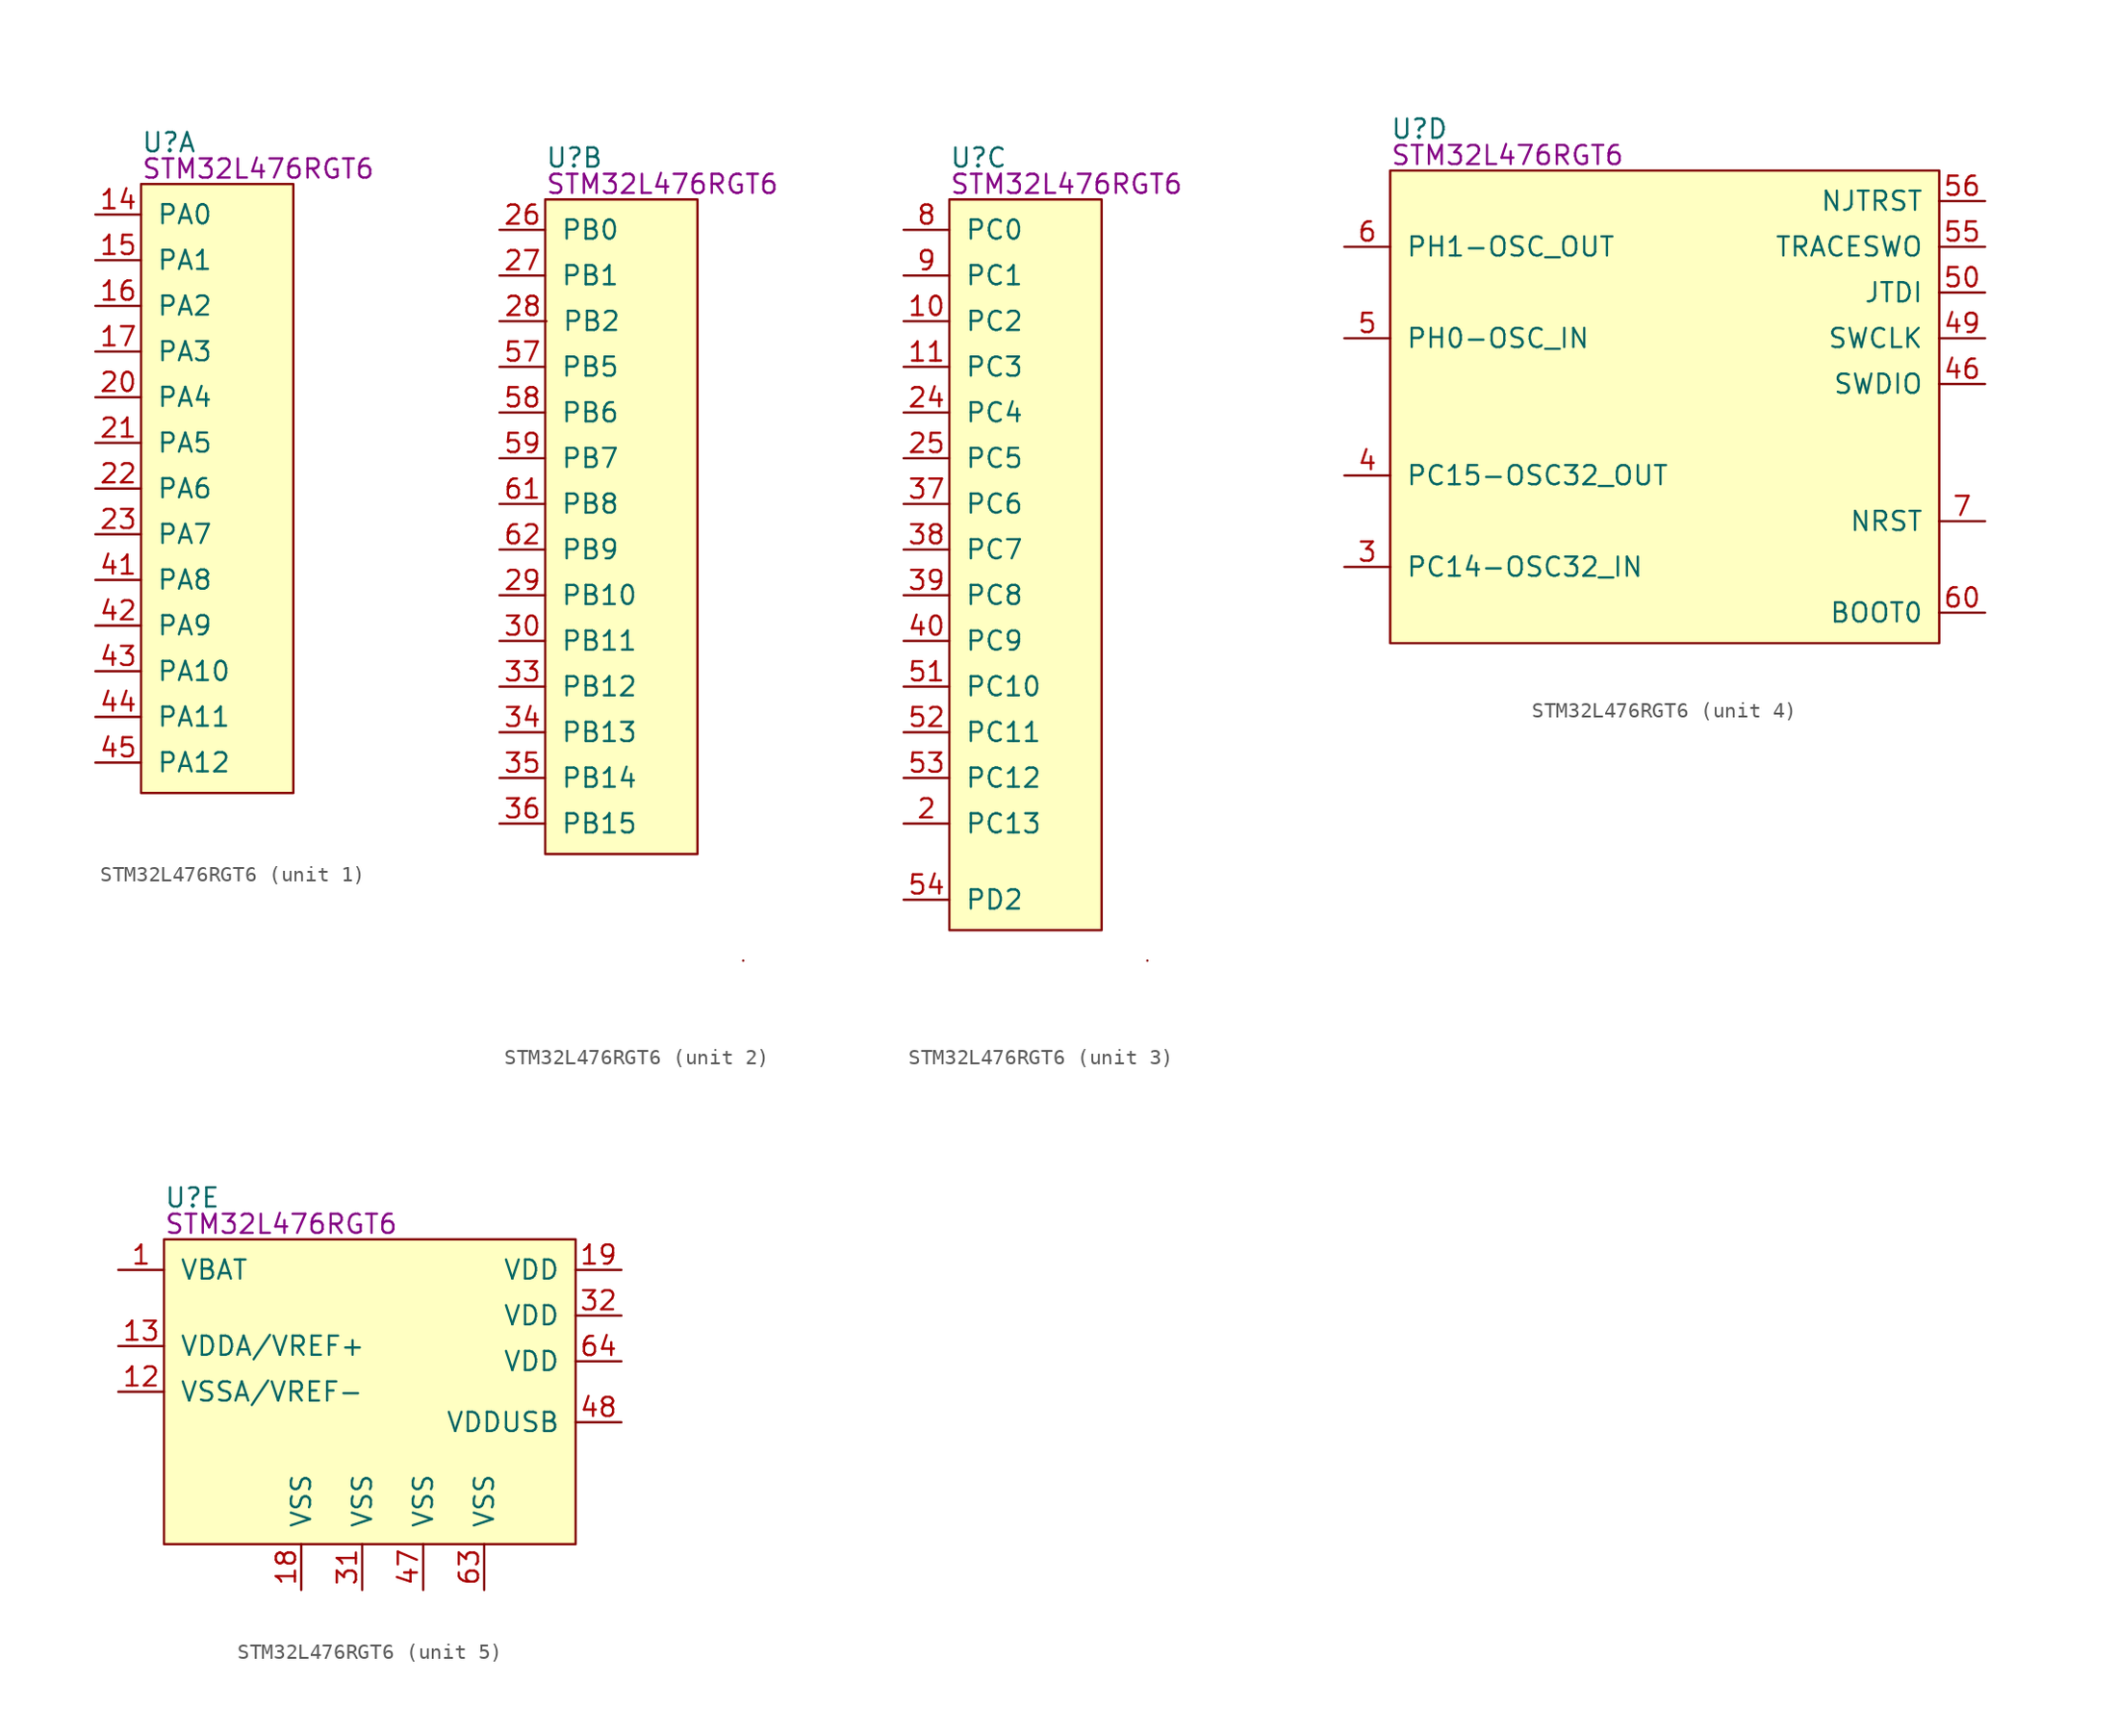
<source format=kicad_sym>
(kicad_symbol_lib
  (version 20241209)
  (generator "kicad_symbol_editor")
  (generator_version "9.0")
  (symbol "STM32L476RGT6"
    (pin_names
      (offset 1.016))
    (property "Reference" "U"
      (at 3 4 0)
      (do_not_autoplace)
      (effects (font (size 1.25 1.25)) (justify left bottom)))
    (property "Part#" "STM32L476RGT6"
      (at 3 3 0)
      (do_not_autoplace)
      (effects (font (size 1.25 1.25)) (justify left)))
    (property "ki_locked" ""
      (at 0 0 0)
      (effects (font (size 1.27 1.27))))
    (symbol "STM32L476RGT6_1_1"
      (rectangle (start 3 2) (end 13 -38) (stroke (width 0) (type default)) (fill (type background)))
      (pin bidirectional line (at 0 0 0) (length 3) (name "PA0" (effects (font (size 1.25 1.25)))) (number "14" (effects (font (size 1.25 1.25)))))
      (pin bidirectional line (at 0 -3 0) (length 3) (name "PA1" (effects (font (size 1.25 1.25)))) (number "15" (effects (font (size 1.25 1.25)))))
      (pin bidirectional line (at 0 -6 0) (length 3) (name "PA2" (effects (font (size 1.25 1.25)))) (number "16" (effects (font (size 1.25 1.25)))))
      (pin bidirectional line (at 0 -9 0) (length 3) (name "PA3" (effects (font (size 1.25 1.25)))) (number "17" (effects (font (size 1.25 1.25)))))
      (pin bidirectional line (at 0 -12 0) (length 3) (name "PA4" (effects (font (size 1.25 1.25)))) (number "20" (effects (font (size 1.25 1.25)))))
      (pin bidirectional line (at 0 -15 0) (length 3) (name "PA5" (effects (font (size 1.25 1.25)))) (number "21" (effects (font (size 1.25 1.25)))))
      (pin bidirectional line (at 0 -18 0) (length 3) (name "PA6" (effects (font (size 1.25 1.25)))) (number "22" (effects (font (size 1.25 1.25)))))
      (pin bidirectional line (at 0 -21 0) (length 3) (name "PA7" (effects (font (size 1.25 1.25)))) (number "23" (effects (font (size 1.25 1.25)))))
      (pin bidirectional line (at 0 -24 0) (length 3) (name "PA8" (effects (font (size 1.25 1.25)))) (number "41" (effects (font (size 1.25 1.25)))))
      (pin bidirectional line (at 0 -27 0) (length 3) (name "PA9" (effects (font (size 1.25 1.25)))) (number "42" (effects (font (size 1.25 1.25)))))
      (pin bidirectional line (at 0 -30 0) (length 3) (name "PA10" (effects (font (size 1.25 1.25)))) (number "43" (effects (font (size 1.25 1.25)))))
      (pin bidirectional line (at 0 -33 0) (length 3) (name "PA11" (effects (font (size 1.25 1.25)))) (number "44" (effects (font (size 1.25 1.25)))))
      (pin bidirectional line (at 0 -36 0) (length 3) (name "PA12" (effects (font (size 1.25 1.25)))) (number "45" (effects (font (size 1.25 1.25))))))
    (symbol "STM32L476RGT6_2_1"
      (rectangle (start 3 2) (end 13 -41) (stroke (width 0) (type default)) (fill (type background)))
      (rectangle (start 16 -48) (end 16 -48) (stroke (width 0) (type default)) (fill (type none)))
      (pin bidirectional line (at 0 0 0) (length 3) (name "PB0" (effects (font (size 1.25 1.25)))) (number "26" (effects (font (size 1.25 1.25)))))
      (pin bidirectional line (at 0 -3 0) (length 3) (name "PB1" (effects (font (size 1.25 1.25)))) (number "27" (effects (font (size 1.25 1.25)))))
      (pin bidirectional line (at 0 -6 0) (length 3.08) (name "PB2" (effects (font (size 1.25 1.25)))) (number "28" (effects (font (size 1.25 1.25)))))
      (pin bidirectional line (at 0 -9 0) (length 3) (name "PB5" (effects (font (size 1.25 1.25)))) (number "57" (effects (font (size 1.25 1.25)))))
      (pin bidirectional line (at 0 -12 0) (length 3) (name "PB6" (effects (font (size 1.25 1.25)))) (number "58" (effects (font (size 1.25 1.25)))))
      (pin bidirectional line (at 0 -15 0) (length 3) (name "PB7" (effects (font (size 1.25 1.25)))) (number "59" (effects (font (size 1.25 1.25)))))
      (pin bidirectional line (at 0 -18 0) (length 3) (name "PB8" (effects (font (size 1.25 1.25)))) (number "61" (effects (font (size 1.25 1.25)))))
      (pin bidirectional line (at 0 -21 0) (length 3) (name "PB9" (effects (font (size 1.25 1.25)))) (number "62" (effects (font (size 1.25 1.25)))))
      (pin bidirectional line (at 0 -24 0) (length 3) (name "PB10" (effects (font (size 1.25 1.25)))) (number "29" (effects (font (size 1.25 1.25)))))
      (pin bidirectional line (at 0 -27 0) (length 3) (name "PB11" (effects (font (size 1.25 1.25)))) (number "30" (effects (font (size 1.25 1.25)))))
      (pin bidirectional line (at 0 -30 0) (length 3) (name "PB12" (effects (font (size 1.25 1.25)))) (number "33" (effects (font (size 1.25 1.25)))))
      (pin bidirectional line (at 0 -33 0) (length 3) (name "PB13" (effects (font (size 1.25 1.25)))) (number "34" (effects (font (size 1.25 1.25)))))
      (pin bidirectional line (at 0 -36 0) (length 3) (name "PB14" (effects (font (size 1.25 1.25)))) (number "35" (effects (font (size 1.25 1.25)))))
      (pin bidirectional line (at 0 -39 0) (length 3) (name "PB15" (effects (font (size 1.25 1.25)))) (number "36" (effects (font (size 1.25 1.25))))))
    (symbol "STM32L476RGT6_3_1"
      (rectangle (start 3 2) (end 13 -46) (stroke (width 0) (type default)) (fill (type background)))
      (rectangle (start 16 -48) (end 16 -48) (stroke (width 0) (type default)) (fill (type none)))
      (pin bidirectional line (at 0 0 0) (length 3) (name "PC0" (effects (font (size 1.25 1.25)))) (number "8" (effects (font (size 1.25 1.25)))))
      (pin bidirectional line (at 0 -3 0) (length 3) (name "PC1" (effects (font (size 1.25 1.25)))) (number "9" (effects (font (size 1.25 1.25)))))
      (pin bidirectional line (at 0 -6 0) (length 3) (name "PC2" (effects (font (size 1.25 1.25)))) (number "10" (effects (font (size 1.25 1.25)))))
      (pin bidirectional line (at 0 -9 0) (length 3) (name "PC3" (effects (font (size 1.25 1.25)))) (number "11" (effects (font (size 1.25 1.25)))))
      (pin bidirectional line (at 0 -12 0) (length 3) (name "PC4" (effects (font (size 1.25 1.25)))) (number "24" (effects (font (size 1.25 1.25)))))
      (pin bidirectional line (at 0 -15 0) (length 3) (name "PC5" (effects (font (size 1.25 1.25)))) (number "25" (effects (font (size 1.25 1.25)))))
      (pin bidirectional line (at 0 -18 0) (length 3) (name "PC6" (effects (font (size 1.25 1.25)))) (number "37" (effects (font (size 1.25 1.25)))))
      (pin bidirectional line (at 0 -21 0) (length 3) (name "PC7" (effects (font (size 1.25 1.25)))) (number "38" (effects (font (size 1.25 1.25)))))
      (pin bidirectional line (at 0 -24 0) (length 3) (name "PC8" (effects (font (size 1.25 1.25)))) (number "39" (effects (font (size 1.25 1.25)))))
      (pin bidirectional line (at 0 -27 0) (length 3) (name "PC9" (effects (font (size 1.25 1.25)))) (number "40" (effects (font (size 1.25 1.25)))))
      (pin bidirectional line (at 0 -30 0) (length 3) (name "PC10" (effects (font (size 1.25 1.25)))) (number "51" (effects (font (size 1.25 1.25)))))
      (pin bidirectional line (at 0 -33 0) (length 3) (name "PC11" (effects (font (size 1.25 1.25)))) (number "52" (effects (font (size 1.25 1.25)))))
      (pin bidirectional line (at 0 -36 0) (length 3) (name "PC12" (effects (font (size 1.25 1.25)))) (number "53" (effects (font (size 1.25 1.25)))))
      (pin bidirectional line (at 0 -39 0) (length 3) (name "PC13" (effects (font (size 1.25 1.25)))) (number "2" (effects (font (size 1.25 1.25)))))
      (pin bidirectional line (at 0 -44 0) (length 3) (name "PD2" (effects (font (size 1.25 1.25)))) (number "54" (effects (font (size 1.25 1.25))))))
    (symbol "STM32L476RGT6_4_1"
      (rectangle (start 3 2) (end 39 -29) (stroke (width 0) (type default)) (fill (type background)))
      (pin bidirectional line (at 0 -3 0) (length 3) (name "PH1-OSC_OUT" (effects (font (size 1.25 1.25)))) (number "6" (effects (font (size 1.25 1.25)))) (alternate "PH1" bidirectional line))
      (pin bidirectional line (at 0 -9 0) (length 3) (name "PH0-OSC_IN" (effects (font (size 1.25 1.25)))) (number "5" (effects (font (size 1.25 1.25)))) (alternate "PH0" bidirectional line))
      (pin bidirectional line (at 0 -18 0) (length 3) (name "PC15-OSC32_OUT" (effects (font (size 1.25 1.25)))) (number "4" (effects (font (size 1.25 1.25)))) (alternate "PC15" bidirectional line))
      (pin bidirectional line (at 0 -24 0) (length 3) (name "PC14-OSC32_IN" (effects (font (size 1.25 1.25)))) (number "3" (effects (font (size 1.25 1.25)))) (alternate "PC14" bidirectional line))
      (pin bidirectional line (at 42 0 180) (length 3) (name "NJTRST" (effects (font (size 1.25 1.25)))) (number "56" (effects (font (size 1.25 1.25)))) (alternate "PB4" bidirectional line))
      (pin bidirectional line (at 42 -3 180) (length 3) (name "TRACESWO" (effects (font (size 1.25 1.25)))) (number "55" (effects (font (size 1.25 1.25)))) (alternate "JTD" bidirectional line) (alternate "PB3" bidirectional line))
      (pin bidirectional line (at 42 -6 180) (length 3) (name "JTDI" (effects (font (size 1.25 1.25)))) (number "50" (effects (font (size 1.25 1.25)))) (alternate "PA15" bidirectional line))
      (pin bidirectional line (at 42 -9 180) (length 3) (name "SWCLK" (effects (font (size 1.25 1.25)))) (number "49" (effects (font (size 1.25 1.25)))) (alternate "JTCK" bidirectional line) (alternate "PA14" bidirectional line))
      (pin bidirectional line (at 42 -12 180) (length 3) (name "SWDIO" (effects (font (size 1.25 1.25)))) (number "46" (effects (font (size 1.25 1.25)))) (alternate "JTMS" bidirectional line) (alternate "PA13" bidirectional line))
      (pin bidirectional line (at 42 -21 180) (length 3) (name "NRST" (effects (font (size 1.25 1.25)))) (number "7" (effects (font (size 1.25 1.25)))))
      (pin input line (at 42 -27 180) (length 3) (name "BOOT0" (effects (font (size 1.25 1.25)))) (number "60" (effects (font (size 1.25 1.25))))))
    (symbol "STM32L476RGT6_5_1"
      (rectangle (start 3 2) (end 30 -18) (stroke (width 0) (type default)) (fill (type background)))
      (pin power_in line (at 0 0 0) (length 3) (name "VBAT" (effects (font (size 1.25 1.25)))) (number "1" (effects (font (size 1.25 1.25)))))
      (pin power_in line (at 0 -5 0) (length 3) (name "VDDA/VREF+" (effects (font (size 1.25 1.25)))) (number "13" (effects (font (size 1.25 1.25)))))
      (pin power_in line (at 0 -8 0) (length 3) (name "VSSA/VREF-" (effects (font (size 1.25 1.25)))) (number "12" (effects (font (size 1.25 1.25)))))
      (pin power_in line (at 12 -21 90) (length 3) (name "VSS" (effects (font (size 1.25 1.25)))) (number "18" (effects (font (size 1.25 1.25)))))
      (pin power_in line (at 16 -21 90) (length 3) (name "VSS" (effects (font (size 1.25 1.25)))) (number "31" (effects (font (size 1.25 1.25)))))
      (pin power_in line (at 20 -21 90) (length 3) (name "VSS" (effects (font (size 1.25 1.25)))) (number "47" (effects (font (size 1.25 1.25)))))
      (pin power_in line (at 24 -21 90) (length 3) (name "VSS" (effects (font (size 1.25 1.25)))) (number "63" (effects (font (size 1.25 1.25)))))
      (pin power_in line (at 33 0 180) (length 3) (name "VDD" (effects (font (size 1.25 1.25)))) (number "19" (effects (font (size 1.25 1.25)))))
      (pin power_in line (at 33 -3 180) (length 3) (name "VDD" (effects (font (size 1.25 1.25)))) (number "32" (effects (font (size 1.25 1.25)))))
      (pin power_in line (at 33 -6 180) (length 3) (name "VDD" (effects (font (size 1.25 1.25)))) (number "64" (effects (font (size 1.25 1.25)))))
      (pin power_in line (at 33 -10 180) (length 3) (name "VDDUSB" (effects (font (size 1.25 1.25)))) (number "48" (effects (font (size 1.25 1.25))))))))
</source>
